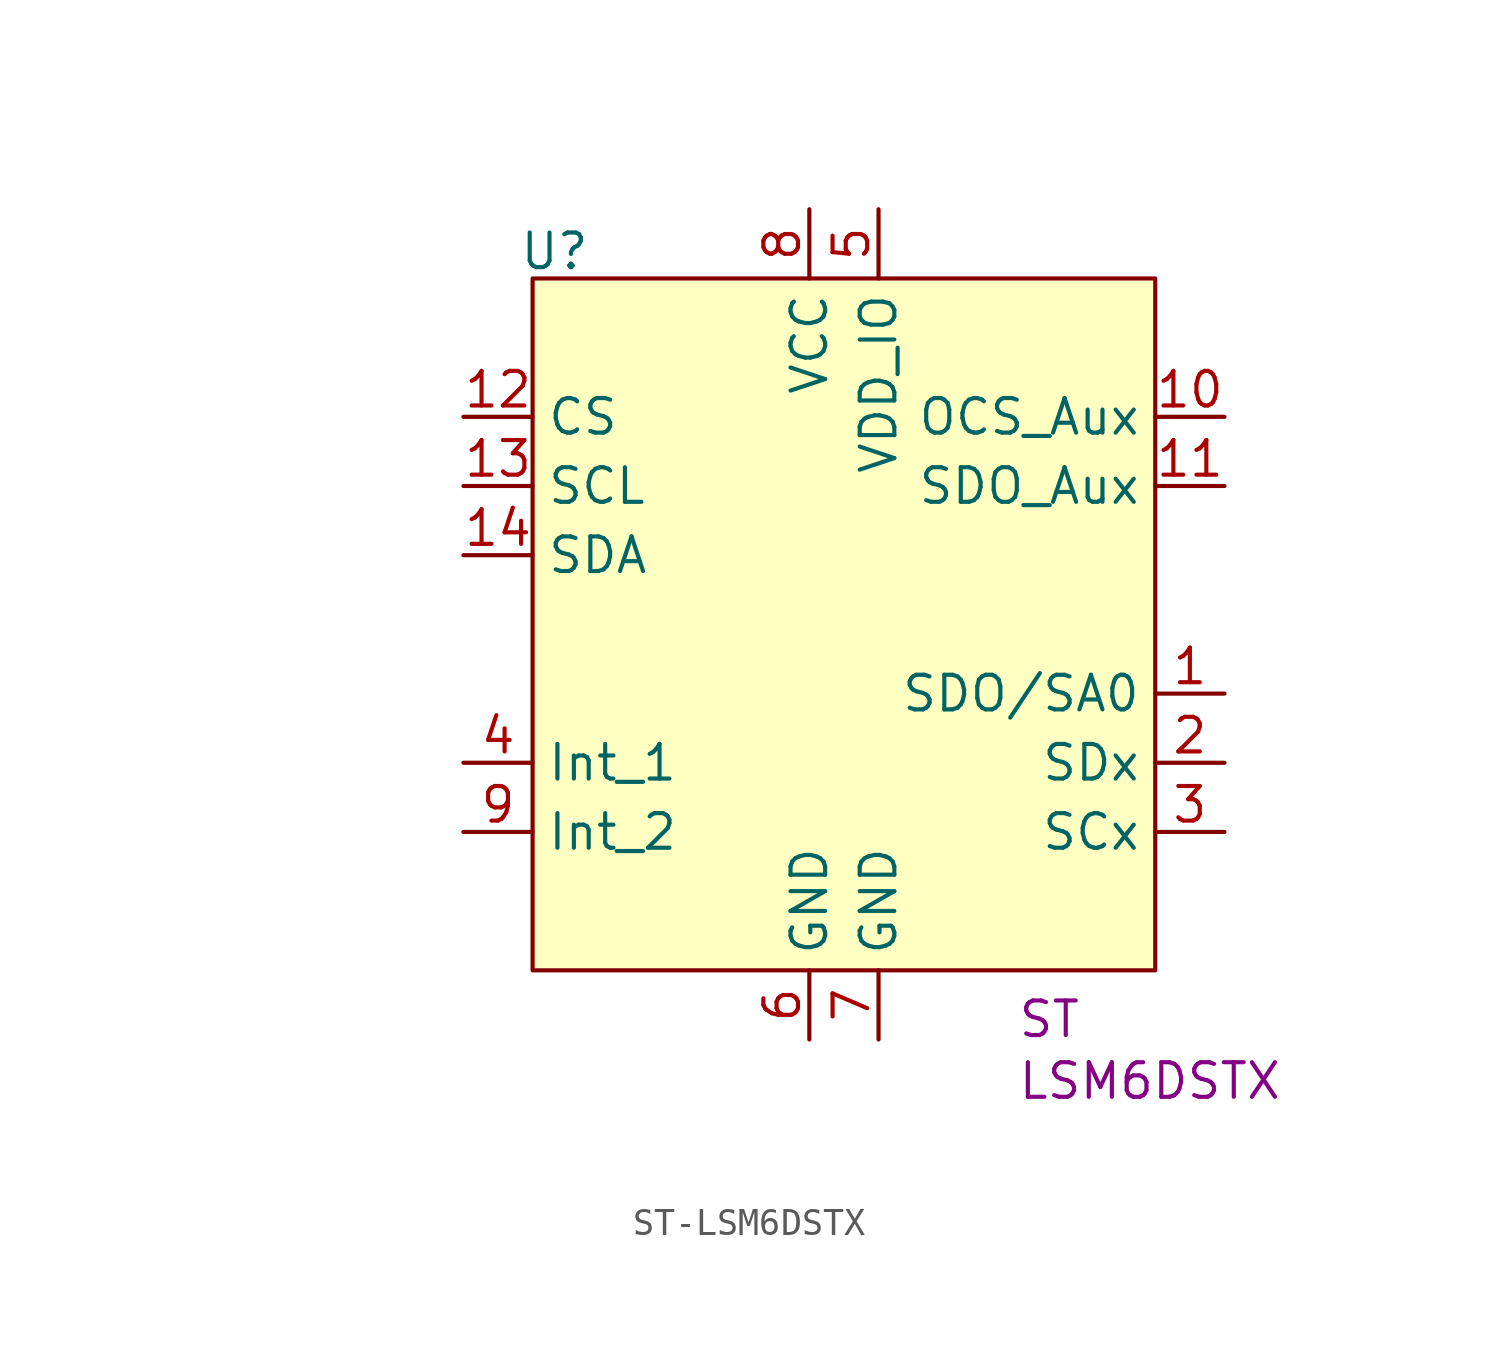
<source format=kicad_sym>
(kicad_symbol_lib
  (version 20231120)
  (generator "kicad_symbol_editor")
  (generator_version "8.0")
  (symbol "ST-LSM6DSTX"
    (property "Reference" "U"
      (at -11.938 12.954 0)
      (effects (font (size 1.27 1.27)) (justify left bottom)))
    (property "Value" ""
      (at -22.86 -10.16 0)
      (effects (font (size 1.27 1.27))))
    (property "Manufacturer" "ST"
      (at 6.35 -15.24 0)
      (effects (font (size 1.27 1.27)) (justify left bottom)))
    (property "MPN" "LSM6DSTX"
      (at 6.35 -16.764 0)
      (effects (font (size 1.27 1.27)) (justify left)))
    (symbol "ST-LSM6DSTX_0_1"
      (rectangle (start -11.43 12.7) (end 11.43 -12.7) (stroke (width 0) (type default)) (fill (type background))))
    (symbol "ST-LSM6DSTX_1_1"
      (pin input line (at 13.97 -2.54 180) (length 2.54) (name "SDO/SA0" (effects (font (size 1.27 1.27)))) (number "1" (effects (font (size 1.27 1.27)))))
      (pin input line (at 13.97 7.62 180) (length 2.54) (name "OCS_Aux" (effects (font (size 1.27 1.27)))) (number "10" (effects (font (size 1.27 1.27)))))
      (pin input line (at 13.97 5.08 180) (length 2.54) (name "SDO_Aux" (effects (font (size 1.27 1.27)))) (number "11" (effects (font (size 1.27 1.27)))))
      (pin input line (at -13.97 7.62 0) (length 2.54) (name "CS" (effects (font (size 1.27 1.27)))) (number "12" (effects (font (size 1.27 1.27)))))
      (pin input line (at -13.97 5.08 0) (length 2.54) (name "SCL" (effects (font (size 1.27 1.27)))) (number "13" (effects (font (size 1.27 1.27)))))
      (pin input line (at -13.97 2.54 0) (length 2.54) (name "SDA" (effects (font (size 1.27 1.27)))) (number "14" (effects (font (size 1.27 1.27)))))
      (pin input line (at 13.97 -5.08 180) (length 2.54) (name "SDx" (effects (font (size 1.27 1.27)))) (number "2" (effects (font (size 1.27 1.27)))))
      (pin input line (at 13.97 -7.62 180) (length 2.54) (name "SCx" (effects (font (size 1.27 1.27)))) (number "3" (effects (font (size 1.27 1.27)))))
      (pin input line (at -13.97 -5.08 0) (length 2.54) (name "Int_1" (effects (font (size 1.27 1.27)))) (number "4" (effects (font (size 1.27 1.27)))))
      (pin power_in line (at 1.27 15.24 270) (length 2.54) (name "VDD_IO" (effects (font (size 1.27 1.27)))) (number "5" (effects (font (size 1.27 1.27)))))
      (pin power_in line (at -1.27 -15.24 90) (length 2.54) (name "GND" (effects (font (size 1.27 1.27)))) (number "6" (effects (font (size 1.27 1.27)))))
      (pin power_in line (at 1.27 -15.24 90) (length 2.54) (name "GND" (effects (font (size 1.27 1.27)))) (number "7" (effects (font (size 1.27 1.27)))))
      (pin power_in line (at -1.27 15.24 270) (length 2.54) (name "VCC" (effects (font (size 1.27 1.27)))) (number "8" (effects (font (size 1.27 1.27)))))
      (pin input line (at -13.97 -7.62 0) (length 2.54) (name "Int_2" (effects (font (size 1.27 1.27)))) (number "9" (effects (font (size 1.27 1.27))))))))
</source>
